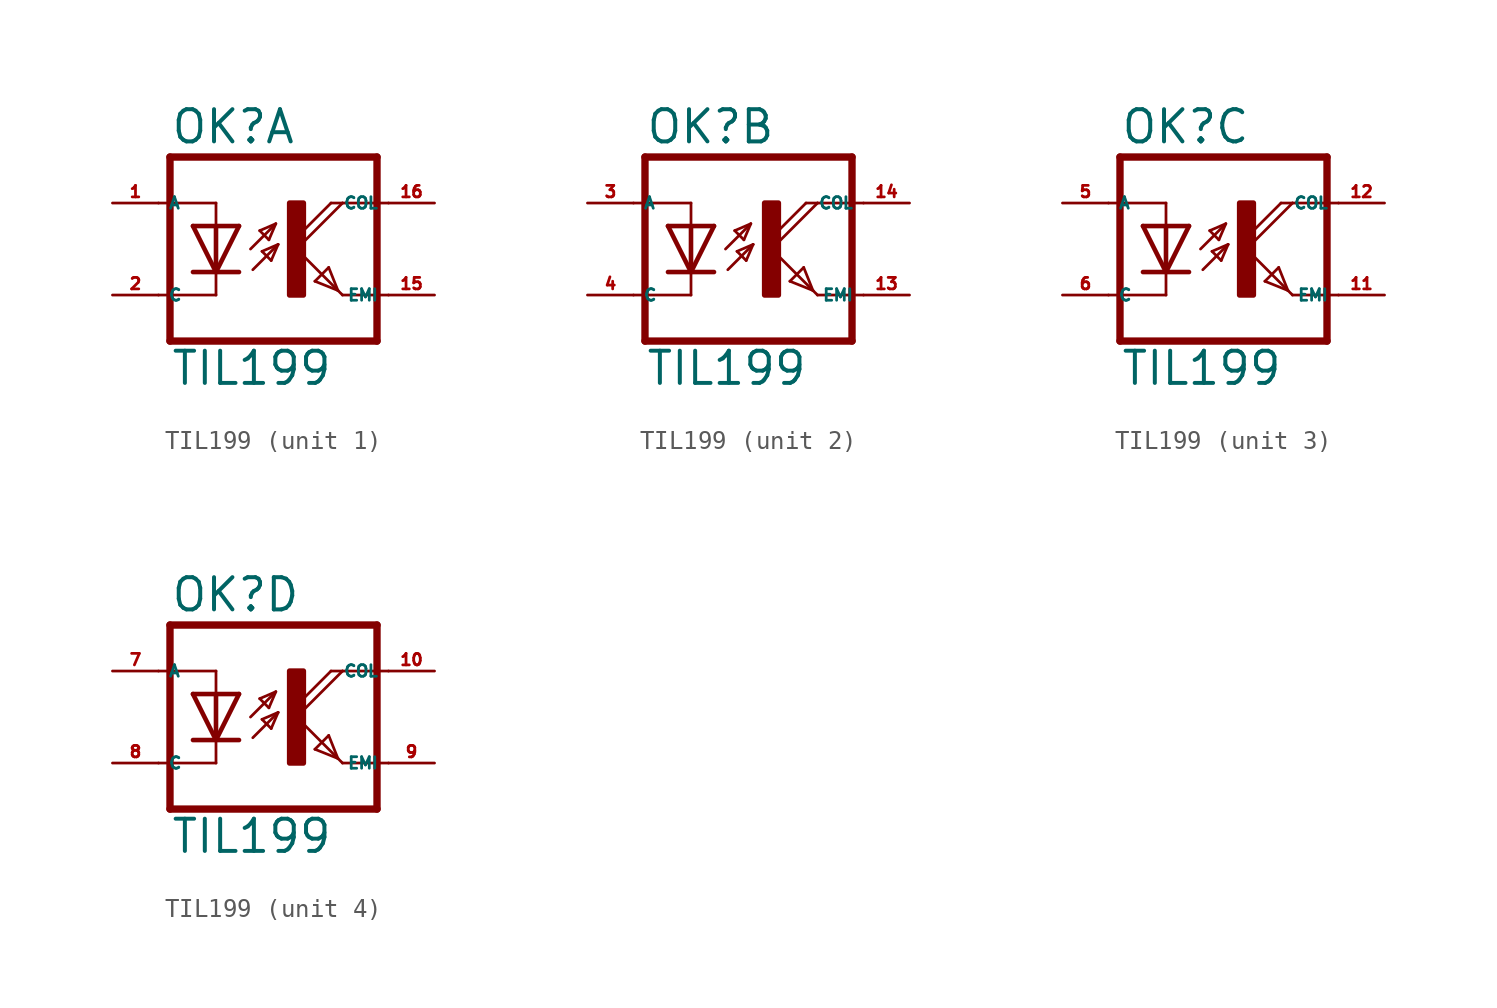
<source format=kicad_sym>
(kicad_symbol_lib
  (version 20220914)
  (generator kicad_symbol_editor)
  (symbol "TIL199"
    (property "Reference" "OK"
      (at -6.985 5.715 0)
      (effects (font (size 1.778 1.778) (thickness 0.22)) (justify left bottom)))
    (property "Value" "TIL199"
      (at -6.985 -7.62 0)
      (effects (font (size 1.778 1.778) (thickness 0.22)) (justify left bottom)))
    (symbol "TIL199_1_0"
      (rectangle (start -0.381 -2.54) (end 0.381 2.54) (stroke (width 0.3) (type default)) (fill (type outline)))
      (polyline (pts (xy -6.985 -5.08) (xy 4.445 -5.08)) (stroke (width 0.406) (type default)) (fill (type none)))
      (polyline (pts (xy -6.985 5.08) (xy -6.985 -5.08)) (stroke (width 0.406) (type default)) (fill (type none)))
      (polyline (pts (xy -6.985 5.08) (xy 4.445 5.08)) (stroke (width 0.406) (type default)) (fill (type none)))
      (polyline (pts (xy -4.445 -2.54) (xy -7.62 -2.54)) (stroke (width 0.152) (type default)) (fill (type none)))
      (polyline (pts (xy -4.445 -1.27) (xy -5.715 -1.27)) (stroke (width 0.254) (type default)) (fill (type none)))
      (polyline (pts (xy -4.445 -1.27) (xy -5.715 1.27)) (stroke (width 0.254) (type default)) (fill (type none)))
      (polyline (pts (xy -4.445 -1.27) (xy -4.445 -2.54)) (stroke (width 0.152) (type default)) (fill (type none)))
      (polyline (pts (xy -4.445 1.27) (xy -5.715 1.27)) (stroke (width 0.254) (type default)) (fill (type none)))
      (polyline (pts (xy -4.445 1.27) (xy -4.445 -1.27)) (stroke (width 0.254) (type default)) (fill (type none)))
      (polyline (pts (xy -4.445 1.27) (xy -4.445 2.54)) (stroke (width 0.152) (type default)) (fill (type none)))
      (polyline (pts (xy -4.445 2.54) (xy -7.62 2.54)) (stroke (width 0.152) (type default)) (fill (type none)))
      (polyline (pts (xy -3.175 -1.27) (xy -4.445 -1.27)) (stroke (width 0.254) (type default)) (fill (type none)))
      (polyline (pts (xy -3.175 1.27) (xy -4.445 -1.27)) (stroke (width 0.254) (type default)) (fill (type none)))
      (polyline (pts (xy -3.175 1.27) (xy -4.445 1.27)) (stroke (width 0.254) (type default)) (fill (type none)))
      (polyline (pts (xy -2.54 0) (xy -1.143 1.397)) (stroke (width 0.152) (type default)) (fill (type none)))
      (polyline (pts (xy -2.413 -1.143) (xy -1.016 0.254)) (stroke (width 0.152) (type default)) (fill (type none)))
      (polyline (pts (xy -2.032 1.016) (xy -1.524 0.508)) (stroke (width 0.152) (type default)) (fill (type none)))
      (polyline (pts (xy -1.905 -0.127) (xy -1.397 -0.635)) (stroke (width 0.152) (type default)) (fill (type none)))
      (polyline (pts (xy -1.524 0.508) (xy -1.143 1.397)) (stroke (width 0.152) (type default)) (fill (type none)))
      (polyline (pts (xy -1.397 -0.635) (xy -1.016 0.254)) (stroke (width 0.152) (type default)) (fill (type none)))
      (polyline (pts (xy -1.143 1.397) (xy -2.032 1.016)) (stroke (width 0.152) (type default)) (fill (type none)))
      (polyline (pts (xy -1.016 0.254) (xy -1.905 -0.127)) (stroke (width 0.152) (type default)) (fill (type none)))
      (polyline (pts (xy 0 0) (xy 2.286 -2.286)) (stroke (width 0.152) (type default)) (fill (type none)))
      (polyline (pts (xy 1.016 -1.778) (xy 1.778 -1.016)) (stroke (width 0.152) (type default)) (fill (type none)))
      (polyline (pts (xy 1.778 -1.016) (xy 2.286 -2.286)) (stroke (width 0.152) (type default)) (fill (type none)))
      (polyline (pts (xy 1.905 2.54) (xy 0 0.635)) (stroke (width 0.152) (type default)) (fill (type none)))
      (polyline (pts (xy 1.905 2.54) (xy 2.54 2.54)) (stroke (width 0.152) (type default)) (fill (type none)))
      (polyline (pts (xy 2.286 -2.286) (xy 1.016 -1.778)) (stroke (width 0.152) (type default)) (fill (type none)))
      (polyline (pts (xy 2.286 -2.286) (xy 2.54 -2.54)) (stroke (width 0.152) (type default)) (fill (type none)))
      (polyline (pts (xy 2.54 -2.54) (xy 5.08 -2.54)) (stroke (width 0.152) (type default)) (fill (type none)))
      (polyline (pts (xy 2.54 2.54) (xy 0 0)) (stroke (width 0.152) (type default)) (fill (type none)))
      (polyline (pts (xy 2.54 2.54) (xy 5.08 2.54)) (stroke (width 0.152) (type default)) (fill (type none)))
      (polyline (pts (xy 4.445 5.08) (xy 4.445 -5.08)) (stroke (width 0.406) (type default)) (fill (type none)))
      (pin passive line (at -10.16 2.54 0) (length 2.54) (name "A" (effects (font (size 0.635 0.635)))) (number "1" (effects (font (size 0.635 0.635)))))
      (pin passive line (at 7.62 -2.54 180) (length 2.54) (name "EMI" (effects (font (size 0.635 0.635)))) (number "15" (effects (font (size 0.635 0.635)))))
      (pin passive line (at 7.62 2.54 180) (length 2.54) (name "COL" (effects (font (size 0.635 0.635)))) (number "16" (effects (font (size 0.635 0.635)))))
      (pin passive line (at -10.16 -2.54 0) (length 2.54) (name "C" (effects (font (size 0.635 0.635)))) (number "2" (effects (font (size 0.635 0.635))))))
    (symbol "TIL199_2_0"
      (rectangle (start -0.381 -2.54) (end 0.381 2.54) (stroke (width 0.3) (type default)) (fill (type outline)))
      (polyline (pts (xy -6.985 -5.08) (xy 4.445 -5.08)) (stroke (width 0.406) (type default)) (fill (type none)))
      (polyline (pts (xy -6.985 5.08) (xy -6.985 -5.08)) (stroke (width 0.406) (type default)) (fill (type none)))
      (polyline (pts (xy -6.985 5.08) (xy 4.445 5.08)) (stroke (width 0.406) (type default)) (fill (type none)))
      (polyline (pts (xy -4.445 -2.54) (xy -7.62 -2.54)) (stroke (width 0.152) (type default)) (fill (type none)))
      (polyline (pts (xy -4.445 -1.27) (xy -5.715 -1.27)) (stroke (width 0.254) (type default)) (fill (type none)))
      (polyline (pts (xy -4.445 -1.27) (xy -5.715 1.27)) (stroke (width 0.254) (type default)) (fill (type none)))
      (polyline (pts (xy -4.445 -1.27) (xy -4.445 -2.54)) (stroke (width 0.152) (type default)) (fill (type none)))
      (polyline (pts (xy -4.445 1.27) (xy -5.715 1.27)) (stroke (width 0.254) (type default)) (fill (type none)))
      (polyline (pts (xy -4.445 1.27) (xy -4.445 -1.27)) (stroke (width 0.254) (type default)) (fill (type none)))
      (polyline (pts (xy -4.445 1.27) (xy -4.445 2.54)) (stroke (width 0.152) (type default)) (fill (type none)))
      (polyline (pts (xy -4.445 2.54) (xy -7.62 2.54)) (stroke (width 0.152) (type default)) (fill (type none)))
      (polyline (pts (xy -3.175 -1.27) (xy -4.445 -1.27)) (stroke (width 0.254) (type default)) (fill (type none)))
      (polyline (pts (xy -3.175 1.27) (xy -4.445 -1.27)) (stroke (width 0.254) (type default)) (fill (type none)))
      (polyline (pts (xy -3.175 1.27) (xy -4.445 1.27)) (stroke (width 0.254) (type default)) (fill (type none)))
      (polyline (pts (xy -2.54 0) (xy -1.143 1.397)) (stroke (width 0.152) (type default)) (fill (type none)))
      (polyline (pts (xy -2.413 -1.143) (xy -1.016 0.254)) (stroke (width 0.152) (type default)) (fill (type none)))
      (polyline (pts (xy -2.032 1.016) (xy -1.524 0.508)) (stroke (width 0.152) (type default)) (fill (type none)))
      (polyline (pts (xy -1.905 -0.127) (xy -1.397 -0.635)) (stroke (width 0.152) (type default)) (fill (type none)))
      (polyline (pts (xy -1.524 0.508) (xy -1.143 1.397)) (stroke (width 0.152) (type default)) (fill (type none)))
      (polyline (pts (xy -1.397 -0.635) (xy -1.016 0.254)) (stroke (width 0.152) (type default)) (fill (type none)))
      (polyline (pts (xy -1.143 1.397) (xy -2.032 1.016)) (stroke (width 0.152) (type default)) (fill (type none)))
      (polyline (pts (xy -1.016 0.254) (xy -1.905 -0.127)) (stroke (width 0.152) (type default)) (fill (type none)))
      (polyline (pts (xy 0 0) (xy 2.286 -2.286)) (stroke (width 0.152) (type default)) (fill (type none)))
      (polyline (pts (xy 1.016 -1.778) (xy 1.778 -1.016)) (stroke (width 0.152) (type default)) (fill (type none)))
      (polyline (pts (xy 1.778 -1.016) (xy 2.286 -2.286)) (stroke (width 0.152) (type default)) (fill (type none)))
      (polyline (pts (xy 1.905 2.54) (xy 0 0.635)) (stroke (width 0.152) (type default)) (fill (type none)))
      (polyline (pts (xy 1.905 2.54) (xy 2.54 2.54)) (stroke (width 0.152) (type default)) (fill (type none)))
      (polyline (pts (xy 2.286 -2.286) (xy 1.016 -1.778)) (stroke (width 0.152) (type default)) (fill (type none)))
      (polyline (pts (xy 2.286 -2.286) (xy 2.54 -2.54)) (stroke (width 0.152) (type default)) (fill (type none)))
      (polyline (pts (xy 2.54 -2.54) (xy 5.08 -2.54)) (stroke (width 0.152) (type default)) (fill (type none)))
      (polyline (pts (xy 2.54 2.54) (xy 0 0)) (stroke (width 0.152) (type default)) (fill (type none)))
      (polyline (pts (xy 2.54 2.54) (xy 5.08 2.54)) (stroke (width 0.152) (type default)) (fill (type none)))
      (polyline (pts (xy 4.445 5.08) (xy 4.445 -5.08)) (stroke (width 0.406) (type default)) (fill (type none)))
      (pin passive line (at 7.62 -2.54 180) (length 2.54) (name "EMI" (effects (font (size 0.635 0.635)))) (number "13" (effects (font (size 0.635 0.635)))))
      (pin passive line (at 7.62 2.54 180) (length 2.54) (name "COL" (effects (font (size 0.635 0.635)))) (number "14" (effects (font (size 0.635 0.635)))))
      (pin passive line (at -10.16 2.54 0) (length 2.54) (name "A" (effects (font (size 0.635 0.635)))) (number "3" (effects (font (size 0.635 0.635)))))
      (pin passive line (at -10.16 -2.54 0) (length 2.54) (name "C" (effects (font (size 0.635 0.635)))) (number "4" (effects (font (size 0.635 0.635))))))
    (symbol "TIL199_3_0"
      (rectangle (start -0.381 -2.54) (end 0.381 2.54) (stroke (width 0.3) (type default)) (fill (type outline)))
      (polyline (pts (xy -6.985 -5.08) (xy 4.445 -5.08)) (stroke (width 0.406) (type default)) (fill (type none)))
      (polyline (pts (xy -6.985 5.08) (xy -6.985 -5.08)) (stroke (width 0.406) (type default)) (fill (type none)))
      (polyline (pts (xy -6.985 5.08) (xy 4.445 5.08)) (stroke (width 0.406) (type default)) (fill (type none)))
      (polyline (pts (xy -4.445 -2.54) (xy -7.62 -2.54)) (stroke (width 0.152) (type default)) (fill (type none)))
      (polyline (pts (xy -4.445 -1.27) (xy -5.715 -1.27)) (stroke (width 0.254) (type default)) (fill (type none)))
      (polyline (pts (xy -4.445 -1.27) (xy -5.715 1.27)) (stroke (width 0.254) (type default)) (fill (type none)))
      (polyline (pts (xy -4.445 -1.27) (xy -4.445 -2.54)) (stroke (width 0.152) (type default)) (fill (type none)))
      (polyline (pts (xy -4.445 1.27) (xy -5.715 1.27)) (stroke (width 0.254) (type default)) (fill (type none)))
      (polyline (pts (xy -4.445 1.27) (xy -4.445 -1.27)) (stroke (width 0.254) (type default)) (fill (type none)))
      (polyline (pts (xy -4.445 1.27) (xy -4.445 2.54)) (stroke (width 0.152) (type default)) (fill (type none)))
      (polyline (pts (xy -4.445 2.54) (xy -7.62 2.54)) (stroke (width 0.152) (type default)) (fill (type none)))
      (polyline (pts (xy -3.175 -1.27) (xy -4.445 -1.27)) (stroke (width 0.254) (type default)) (fill (type none)))
      (polyline (pts (xy -3.175 1.27) (xy -4.445 -1.27)) (stroke (width 0.254) (type default)) (fill (type none)))
      (polyline (pts (xy -3.175 1.27) (xy -4.445 1.27)) (stroke (width 0.254) (type default)) (fill (type none)))
      (polyline (pts (xy -2.54 0) (xy -1.143 1.397)) (stroke (width 0.152) (type default)) (fill (type none)))
      (polyline (pts (xy -2.413 -1.143) (xy -1.016 0.254)) (stroke (width 0.152) (type default)) (fill (type none)))
      (polyline (pts (xy -2.032 1.016) (xy -1.524 0.508)) (stroke (width 0.152) (type default)) (fill (type none)))
      (polyline (pts (xy -1.905 -0.127) (xy -1.397 -0.635)) (stroke (width 0.152) (type default)) (fill (type none)))
      (polyline (pts (xy -1.524 0.508) (xy -1.143 1.397)) (stroke (width 0.152) (type default)) (fill (type none)))
      (polyline (pts (xy -1.397 -0.635) (xy -1.016 0.254)) (stroke (width 0.152) (type default)) (fill (type none)))
      (polyline (pts (xy -1.143 1.397) (xy -2.032 1.016)) (stroke (width 0.152) (type default)) (fill (type none)))
      (polyline (pts (xy -1.016 0.254) (xy -1.905 -0.127)) (stroke (width 0.152) (type default)) (fill (type none)))
      (polyline (pts (xy 0 0) (xy 2.286 -2.286)) (stroke (width 0.152) (type default)) (fill (type none)))
      (polyline (pts (xy 1.016 -1.778) (xy 1.778 -1.016)) (stroke (width 0.152) (type default)) (fill (type none)))
      (polyline (pts (xy 1.778 -1.016) (xy 2.286 -2.286)) (stroke (width 0.152) (type default)) (fill (type none)))
      (polyline (pts (xy 1.905 2.54) (xy 0 0.635)) (stroke (width 0.152) (type default)) (fill (type none)))
      (polyline (pts (xy 1.905 2.54) (xy 2.54 2.54)) (stroke (width 0.152) (type default)) (fill (type none)))
      (polyline (pts (xy 2.286 -2.286) (xy 1.016 -1.778)) (stroke (width 0.152) (type default)) (fill (type none)))
      (polyline (pts (xy 2.286 -2.286) (xy 2.54 -2.54)) (stroke (width 0.152) (type default)) (fill (type none)))
      (polyline (pts (xy 2.54 -2.54) (xy 5.08 -2.54)) (stroke (width 0.152) (type default)) (fill (type none)))
      (polyline (pts (xy 2.54 2.54) (xy 0 0)) (stroke (width 0.152) (type default)) (fill (type none)))
      (polyline (pts (xy 2.54 2.54) (xy 5.08 2.54)) (stroke (width 0.152) (type default)) (fill (type none)))
      (polyline (pts (xy 4.445 5.08) (xy 4.445 -5.08)) (stroke (width 0.406) (type default)) (fill (type none)))
      (pin passive line (at 7.62 -2.54 180) (length 2.54) (name "EMI" (effects (font (size 0.635 0.635)))) (number "11" (effects (font (size 0.635 0.635)))))
      (pin passive line (at 7.62 2.54 180) (length 2.54) (name "COL" (effects (font (size 0.635 0.635)))) (number "12" (effects (font (size 0.635 0.635)))))
      (pin passive line (at -10.16 2.54 0) (length 2.54) (name "A" (effects (font (size 0.635 0.635)))) (number "5" (effects (font (size 0.635 0.635)))))
      (pin passive line (at -10.16 -2.54 0) (length 2.54) (name "C" (effects (font (size 0.635 0.635)))) (number "6" (effects (font (size 0.635 0.635))))))
    (symbol "TIL199_4_0"
      (rectangle (start -0.381 -2.54) (end 0.381 2.54) (stroke (width 0.3) (type default)) (fill (type outline)))
      (polyline (pts (xy -6.985 -5.08) (xy 4.445 -5.08)) (stroke (width 0.406) (type default)) (fill (type none)))
      (polyline (pts (xy -6.985 5.08) (xy -6.985 -5.08)) (stroke (width 0.406) (type default)) (fill (type none)))
      (polyline (pts (xy -6.985 5.08) (xy 4.445 5.08)) (stroke (width 0.406) (type default)) (fill (type none)))
      (polyline (pts (xy -4.445 -2.54) (xy -7.62 -2.54)) (stroke (width 0.152) (type default)) (fill (type none)))
      (polyline (pts (xy -4.445 -1.27) (xy -5.715 -1.27)) (stroke (width 0.254) (type default)) (fill (type none)))
      (polyline (pts (xy -4.445 -1.27) (xy -5.715 1.27)) (stroke (width 0.254) (type default)) (fill (type none)))
      (polyline (pts (xy -4.445 -1.27) (xy -4.445 -2.54)) (stroke (width 0.152) (type default)) (fill (type none)))
      (polyline (pts (xy -4.445 1.27) (xy -5.715 1.27)) (stroke (width 0.254) (type default)) (fill (type none)))
      (polyline (pts (xy -4.445 1.27) (xy -4.445 -1.27)) (stroke (width 0.254) (type default)) (fill (type none)))
      (polyline (pts (xy -4.445 1.27) (xy -4.445 2.54)) (stroke (width 0.152) (type default)) (fill (type none)))
      (polyline (pts (xy -4.445 2.54) (xy -7.62 2.54)) (stroke (width 0.152) (type default)) (fill (type none)))
      (polyline (pts (xy -3.175 -1.27) (xy -4.445 -1.27)) (stroke (width 0.254) (type default)) (fill (type none)))
      (polyline (pts (xy -3.175 1.27) (xy -4.445 -1.27)) (stroke (width 0.254) (type default)) (fill (type none)))
      (polyline (pts (xy -3.175 1.27) (xy -4.445 1.27)) (stroke (width 0.254) (type default)) (fill (type none)))
      (polyline (pts (xy -2.54 0) (xy -1.143 1.397)) (stroke (width 0.152) (type default)) (fill (type none)))
      (polyline (pts (xy -2.413 -1.143) (xy -1.016 0.254)) (stroke (width 0.152) (type default)) (fill (type none)))
      (polyline (pts (xy -2.032 1.016) (xy -1.524 0.508)) (stroke (width 0.152) (type default)) (fill (type none)))
      (polyline (pts (xy -1.905 -0.127) (xy -1.397 -0.635)) (stroke (width 0.152) (type default)) (fill (type none)))
      (polyline (pts (xy -1.524 0.508) (xy -1.143 1.397)) (stroke (width 0.152) (type default)) (fill (type none)))
      (polyline (pts (xy -1.397 -0.635) (xy -1.016 0.254)) (stroke (width 0.152) (type default)) (fill (type none)))
      (polyline (pts (xy -1.143 1.397) (xy -2.032 1.016)) (stroke (width 0.152) (type default)) (fill (type none)))
      (polyline (pts (xy -1.016 0.254) (xy -1.905 -0.127)) (stroke (width 0.152) (type default)) (fill (type none)))
      (polyline (pts (xy 0 0) (xy 2.286 -2.286)) (stroke (width 0.152) (type default)) (fill (type none)))
      (polyline (pts (xy 1.016 -1.778) (xy 1.778 -1.016)) (stroke (width 0.152) (type default)) (fill (type none)))
      (polyline (pts (xy 1.778 -1.016) (xy 2.286 -2.286)) (stroke (width 0.152) (type default)) (fill (type none)))
      (polyline (pts (xy 1.905 2.54) (xy 0 0.635)) (stroke (width 0.152) (type default)) (fill (type none)))
      (polyline (pts (xy 1.905 2.54) (xy 2.54 2.54)) (stroke (width 0.152) (type default)) (fill (type none)))
      (polyline (pts (xy 2.286 -2.286) (xy 1.016 -1.778)) (stroke (width 0.152) (type default)) (fill (type none)))
      (polyline (pts (xy 2.286 -2.286) (xy 2.54 -2.54)) (stroke (width 0.152) (type default)) (fill (type none)))
      (polyline (pts (xy 2.54 -2.54) (xy 5.08 -2.54)) (stroke (width 0.152) (type default)) (fill (type none)))
      (polyline (pts (xy 2.54 2.54) (xy 0 0)) (stroke (width 0.152) (type default)) (fill (type none)))
      (polyline (pts (xy 2.54 2.54) (xy 5.08 2.54)) (stroke (width 0.152) (type default)) (fill (type none)))
      (polyline (pts (xy 4.445 5.08) (xy 4.445 -5.08)) (stroke (width 0.406) (type default)) (fill (type none)))
      (pin passive line (at 7.62 2.54 180) (length 2.54) (name "COL" (effects (font (size 0.635 0.635)))) (number "10" (effects (font (size 0.635 0.635)))))
      (pin passive line (at -10.16 2.54 0) (length 2.54) (name "A" (effects (font (size 0.635 0.635)))) (number "7" (effects (font (size 0.635 0.635)))))
      (pin passive line (at -10.16 -2.54 0) (length 2.54) (name "C" (effects (font (size 0.635 0.635)))) (number "8" (effects (font (size 0.635 0.635)))))
      (pin passive line (at 7.62 -2.54 180) (length 2.54) (name "EMI" (effects (font (size 0.635 0.635)))) (number "9" (effects (font (size 0.635 0.635))))))))
</source>
